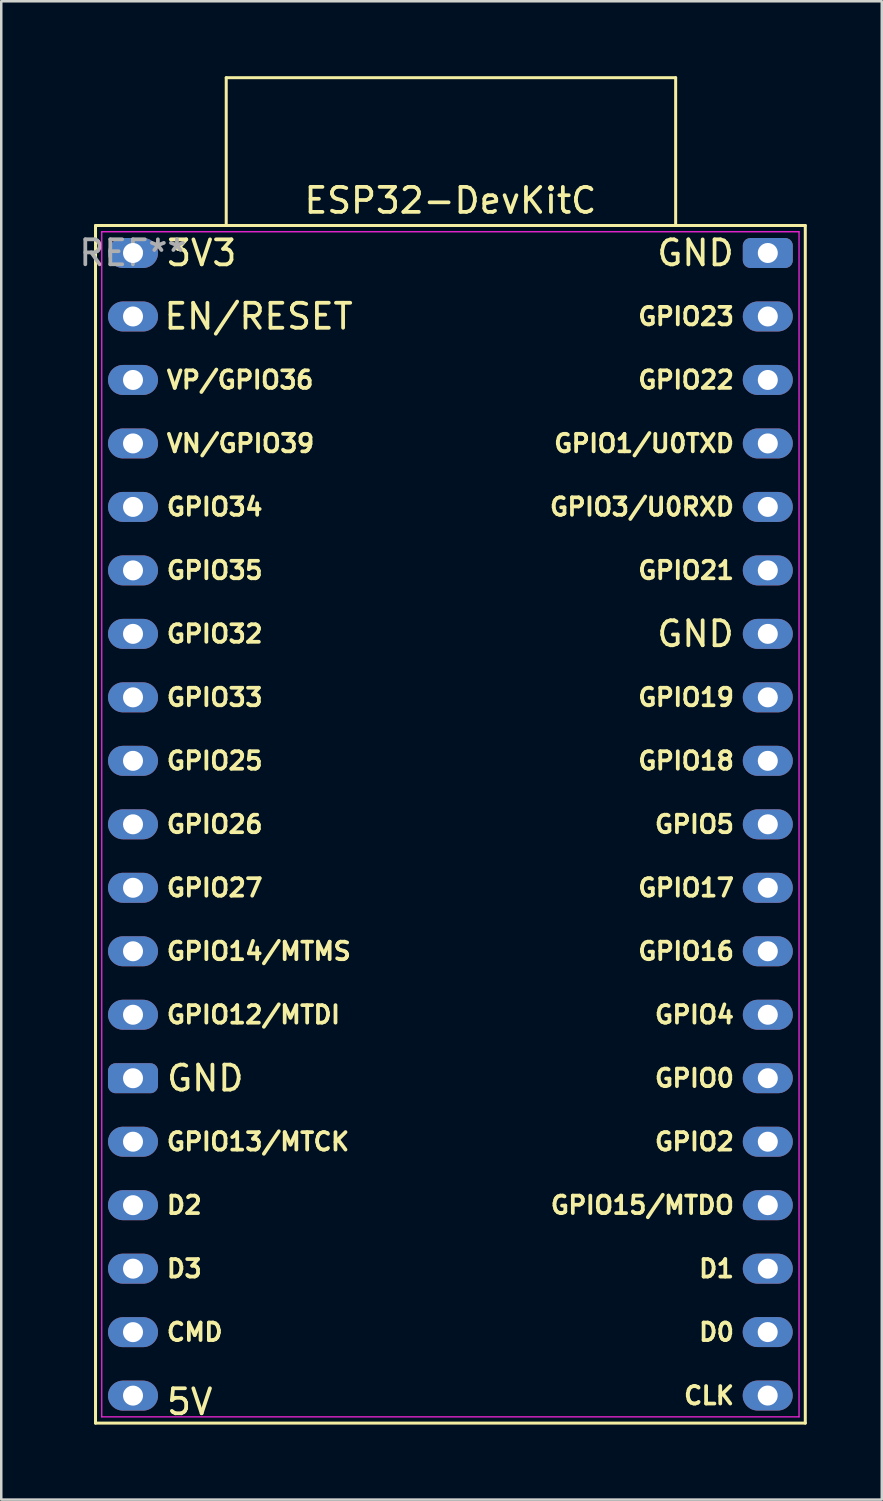
<source format=kicad_pcb>
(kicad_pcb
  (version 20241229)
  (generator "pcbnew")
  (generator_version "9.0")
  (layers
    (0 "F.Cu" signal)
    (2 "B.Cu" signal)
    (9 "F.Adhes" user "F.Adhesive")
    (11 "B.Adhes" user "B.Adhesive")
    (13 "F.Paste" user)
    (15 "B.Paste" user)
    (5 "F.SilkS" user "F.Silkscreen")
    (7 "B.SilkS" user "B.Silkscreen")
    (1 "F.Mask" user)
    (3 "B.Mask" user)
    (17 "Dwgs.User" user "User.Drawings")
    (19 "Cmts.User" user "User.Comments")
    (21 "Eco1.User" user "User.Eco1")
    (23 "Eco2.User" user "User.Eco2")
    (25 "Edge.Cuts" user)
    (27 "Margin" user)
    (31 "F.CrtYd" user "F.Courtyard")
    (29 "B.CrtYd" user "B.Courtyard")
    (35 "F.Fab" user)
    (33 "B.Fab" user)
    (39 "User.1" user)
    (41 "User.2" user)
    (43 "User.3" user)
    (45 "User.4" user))
  (footprint "ESP32-DevKitC"
    (layer "F.Cu")
    (at 2.268 7.07)
    (property "Reference" "ESP32-DevKitC" (at 12.704 -2.097 0) (layer "F.SilkS") (effects (font (size 1 1) (thickness 0.15))))
    (attr through_hole)
    (fp_line (start -1.496 46.823) (end 26.904 46.823) (stroke (width 0.12) (type solid)) (layer "F.SilkS"))
    (fp_line (start -1.496 -1.097) (end -1.496 46.823) (stroke (width 0.12) (type solid)) (layer "F.SilkS"))
    (fp_line (start 3.734 -7.01) (end 21.717 -7.01) (stroke (width 0.12) (type solid)) (layer "F.SilkS"))
    (fp_line (start 3.734 -1.118) (end 3.734 -7.01) (stroke (width 0.12) (type solid)) (layer "F.SilkS"))
    (fp_line (start 21.717 -7.01) (end 21.717 -1.118) (stroke (width 0.12) (type solid)) (layer "F.SilkS"))
    (fp_line (start 26.904 46.823) (end 26.904 -1.097) (stroke (width 0.12) (type solid)) (layer "F.SilkS"))
    (fp_line (start 26.904 -1.097) (end -1.496 -1.097) (stroke (width 0.12) (type solid)) (layer "F.SilkS"))
    (fp_line (start -1.246 -0.847) (end 26.654 -0.847) (stroke (width 0.05) (type solid)) (layer "F.CrtYd"))
    (fp_line (start -1.246 46.573) (end -1.246 -0.847) (stroke (width 0.05) (type solid)) (layer "F.CrtYd"))
    (fp_line (start 26.654 -0.847) (end 26.654 46.573) (stroke (width 0.05) (type solid)) (layer "F.CrtYd"))
    (fp_line (start 26.654 46.573) (end -1.246 46.573) (stroke (width 0.05) (type solid)) (layer "F.CrtYd"))
    (fp_text user "GPIO23" (at 24.134 2.543 0) (unlocked yes) (layer "F.SilkS") (effects (font (size 0.7 0.7) (thickness 0.15)) (justify right)))
    (fp_text user "GND" (at 24.134 0.003 0) (unlocked yes) (layer "F.SilkS") (effects (font (size 1 1) (thickness 0.15)) (justify right)))
    (fp_text user "EN/RESET" (at 8.89 2.54 0) (unlocked yes) (layer "F.SilkS") (effects (font (size 1 1) (thickness 0.15)) (justify right)))
    (fp_text user "GND" (at 24.134 15.243 0) (unlocked yes) (layer "F.SilkS") (effects (font (size 1 1) (thickness 0.15)) (justify right)))
    (fp_text user "5V" (at 1.27 45.974 0) (unlocked yes) (layer "F.SilkS") (effects (font (size 1 1) (thickness 0.15)) (justify left)))
    (fp_text user "D3" (at 1.274 40.643 0) (unlocked yes) (layer "F.SilkS") (effects (font (size 0.7 0.7) (thickness 0.15)) (justify left)))
    (fp_text user "GPIO21" (at 24.134 12.703 0) (unlocked yes) (layer "F.SilkS") (effects (font (size 0.7 0.7) (thickness 0.15)) (justify right)))
    (fp_text user "GPIO19" (at 24.134 17.783 0) (unlocked yes) (layer "F.SilkS") (effects (font (size 0.7 0.7) (thickness 0.15)) (justify right)))
    (fp_text user "GPIO0" (at 24.134 33.023 0) (unlocked yes) (layer "F.SilkS") (effects (font (size 0.7 0.7) (thickness 0.15)) (justify right)))
    (fp_text user "GPIO18" (at 24.134 20.323 0) (unlocked yes) (layer "F.SilkS") (effects (font (size 0.7 0.7) (thickness 0.15)) (justify right)))
    (fp_text user "3V3" (at 1.274 0.003 0) (unlocked yes) (layer "F.SilkS") (effects (font (size 1 1) (thickness 0.15)) (justify left)))
    (fp_text user "GPIO32" (at 1.274 15.243 0) (unlocked yes) (layer "F.SilkS") (effects (font (size 0.7 0.7) (thickness 0.15)) (justify left)))
    (fp_text user "GPIO26" (at 1.274 22.863 0) (unlocked yes) (layer "F.SilkS") (effects (font (size 0.7 0.7) (thickness 0.15)) (justify left)))
    (fp_text user "D1" (at 24.134 40.643 0) (unlocked yes) (layer "F.SilkS") (effects (font (size 0.7 0.7) (thickness 0.15)) (justify right)))
    (fp_text user "D0" (at 24.134 43.183 0) (unlocked yes) (layer "F.SilkS") (effects (font (size 0.7 0.7) (thickness 0.15)) (justify right)))
    (fp_text user "GPIO13/MTCK" (at 1.274 35.563 0) (unlocked yes) (layer "F.SilkS") (effects (font (size 0.7 0.7) (thickness 0.15)) (justify left)))
    (fp_text user "GPIO14/MTMS" (at 1.274 27.943 0) (unlocked yes) (layer "F.SilkS") (effects (font (size 0.7 0.7) (thickness 0.15)) (justify left)))
    (fp_text user "GPIO33" (at 1.274 17.783 0) (unlocked yes) (layer "F.SilkS") (effects (font (size 0.7 0.7) (thickness 0.15)) (justify left)))
    (fp_text user "GPIO27" (at 1.274 25.403 0) (unlocked yes) (layer "F.SilkS") (effects (font (size 0.7 0.7) (thickness 0.15)) (justify left)))
    (fp_text user "GPIO5" (at 24.134 22.863 0) (unlocked yes) (layer "F.SilkS") (effects (font (size 0.7 0.7) (thickness 0.15)) (justify right)))
    (fp_text user "GPIO4" (at 24.134 30.483 0) (unlocked yes) (layer "F.SilkS") (effects (font (size 0.7 0.7) (thickness 0.15)) (justify right)))
    (fp_text user "GPIO17" (at 24.134 25.403 0) (unlocked yes) (layer "F.SilkS") (effects (font (size 0.7 0.7) (thickness 0.15)) (justify right)))
    (fp_text user "CMD" (at 1.274 43.183 0) (unlocked yes) (layer "F.SilkS") (effects (font (size 0.7 0.7) (thickness 0.15)) (justify left)))
    (fp_text user "VP/GPIO36" (at 1.274 5.083 0) (unlocked yes) (layer "F.SilkS") (effects (font (size 0.7 0.7) (thickness 0.15)) (justify left)))
    (fp_text user "GPIO2" (at 24.134 35.563 0) (unlocked yes) (layer "F.SilkS") (effects (font (size 0.7 0.7) (thickness 0.15)) (justify right)))
    (fp_text user "GPIO12/MTDI" (at 1.274 30.483 0) (unlocked yes) (layer "F.SilkS") (effects (font (size 0.7 0.7) (thickness 0.15)) (justify left)))
    (fp_text user "GPIO35" (at 1.274 12.703 0) (unlocked yes) (layer "F.SilkS") (effects (font (size 0.7 0.7) (thickness 0.15)) (justify left)))
    (fp_text user "CLK" (at 24.134 45.723 0) (unlocked yes) (layer "F.SilkS") (effects (font (size 0.7 0.7) (thickness 0.15)) (justify right)))
    (fp_text user "GPIO1/U0TXD" (at 24.134 7.623 0) (unlocked yes) (layer "F.SilkS") (effects (font (size 0.7 0.7) (thickness 0.15)) (justify right)))
    (fp_text user "GPIO16" (at 24.134 27.943 0) (unlocked yes) (layer "F.SilkS") (effects (font (size 0.7 0.7) (thickness 0.15)) (justify right)))
    (fp_text user "GPIO34" (at 1.274 10.163 0) (unlocked yes) (layer "F.SilkS") (effects (font (size 0.7 0.7) (thickness 0.15)) (justify left)))
    (fp_text user "VN/GPIO39" (at 1.274 7.623 0) (unlocked yes) (layer "F.SilkS") (effects (font (size 0.7 0.7) (thickness 0.15)) (justify left)))
    (fp_text user "GPIO22" (at 24.134 5.083 0) (unlocked yes) (layer "F.SilkS") (effects (font (size 0.7 0.7) (thickness 0.15)) (justify right)))
    (fp_text user "GND" (at 1.274 33.023 0) (unlocked yes) (layer "F.SilkS") (effects (font (size 1 1) (thickness 0.15)) (justify left)))
    (fp_text user "D2" (at 1.274 38.103 0) (unlocked yes) (layer "F.SilkS") (effects (font (size 0.7 0.7) (thickness 0.15)) (justify left)))
    (fp_text user "GPIO15/MTDO" (at 24.134 38.103 0) (unlocked yes) (layer "F.SilkS") (effects (font (size 0.7 0.7) (thickness 0.15)) (justify right)))
    (fp_text user "GPIO25" (at 1.274 20.323 0) (unlocked yes) (layer "F.SilkS") (effects (font (size 0.7 0.7) (thickness 0.15)) (justify left)))
    (fp_text user "GPIO3/U0RXD" (at 24.134 10.163 0) (unlocked yes) (layer "F.SilkS") (effects (font (size 0.7 0.7) (thickness 0.15)) (justify right)))
    (fp_text user "REF**" (at 0 0 0) (layer "F.Fab") (effects (font (size 1 1) (thickness 0.15))))
    (pad "1" thru_hole oval (at 0.004 0.003 270) (size 1.2 2) (drill 0.8) (layers "*.Cu" "*.Mask"))
    (pad "2" thru_hole oval (at 0.004 2.543 270) (size 1.2 2) (drill 0.8) (layers "*.Cu" "*.Mask"))
    (pad "3" thru_hole oval (at 0.004 5.083 270) (size 1.2 2) (drill 0.8) (layers "*.Cu" "*.Mask"))
    (pad "4" thru_hole oval (at 0.004 7.623 270) (size 1.2 2) (drill 0.8) (layers "*.Cu" "*.Mask"))
    (pad "5" thru_hole oval (at 0.004 10.163 270) (size 1.2 2) (drill 0.8) (layers "*.Cu" "*.Mask"))
    (pad "6" thru_hole oval (at 0.004 12.703 270) (size 1.2 2) (drill 0.8) (layers "*.Cu" "*.Mask"))
    (pad "7" thru_hole oval (at 0.004 15.243 270) (size 1.2 2) (drill 0.8) (layers "*.Cu" "*.Mask"))
    (pad "8" thru_hole oval (at 0.004 17.783 270) (size 1.2 2) (drill 0.8) (layers "*.Cu" "*.Mask"))
    (pad "9" thru_hole oval (at 0.004 20.323 270) (size 1.2 2) (drill 0.8) (layers "*.Cu" "*.Mask"))
    (pad "10" thru_hole oval (at 0.004 22.863 270) (size 1.2 2) (drill 0.8) (layers "*.Cu" "*.Mask"))
    (pad "11" thru_hole oval (at 0.004 25.403 270) (size 1.2 2) (drill 0.8) (layers "*.Cu" "*.Mask"))
    (pad "12" thru_hole oval (at 0.004 27.943 270) (size 1.2 2) (drill 0.8) (layers "*.Cu" "*.Mask"))
    (pad "13" thru_hole oval (at 0.004 30.483 270) (size 1.2 2) (drill 0.8) (layers "*.Cu" "*.Mask"))
    (pad "14" thru_hole roundrect (at 0.004 33.023 270) (size 1.2 2) (drill 0.8) (layers "*.Cu" "*.Mask") (roundrect_rratio 0.25))
    (pad "15" thru_hole oval (at 0.004 35.563 270) (size 1.2 2) (drill 0.8) (layers "*.Cu" "*.Mask"))
    (pad "16" thru_hole oval (at 0.004 38.103 270) (size 1.2 2) (drill 0.8) (layers "*.Cu" "*.Mask"))
    (pad "17" thru_hole oval (at 0.004 40.643 270) (size 1.2 2) (drill 0.8) (layers "*.Cu" "*.Mask"))
    (pad "18" thru_hole oval (at 0.004 43.183 270) (size 1.2 2) (drill 0.8) (layers "*.Cu" "*.Mask"))
    (pad "19" thru_hole oval (at 0.004 45.723 270) (size 1.2 2) (drill 0.8) (layers "*.Cu" "*.Mask"))
    (pad "20" thru_hole oval (at 25.4 45.72 270) (size 1.2 2) (drill 0.8) (layers "*.Cu" "*.Mask"))
    (pad "21" thru_hole oval (at 25.4 43.18 270) (size 1.2 2) (drill 0.8) (layers "*.Cu" "*.Mask"))
    (pad "22" thru_hole oval (at 25.404 40.643 270) (size 1.2 2) (drill 0.8) (layers "*.Cu" "*.Mask"))
    (pad "23" thru_hole oval (at 25.404 38.103 270) (size 1.2 2) (drill 0.8) (layers "*.Cu" "*.Mask"))
    (pad "24" thru_hole oval (at 25.404 35.563 270) (size 1.2 2) (drill 0.8) (layers "*.Cu" "*.Mask"))
    (pad "25" thru_hole oval (at 25.404 33.023 270) (size 1.2 2) (drill 0.8) (layers "*.Cu" "*.Mask"))
    (pad "26" thru_hole oval (at 25.404 30.483 270) (size 1.2 2) (drill 0.8) (layers "*.Cu" "*.Mask"))
    (pad "27" thru_hole oval (at 25.404 27.943 270) (size 1.2 2) (drill 0.8) (layers "*.Cu" "*.Mask"))
    (pad "28" thru_hole oval (at 25.404 25.403 270) (size 1.2 2) (drill 0.8) (layers "*.Cu" "*.Mask"))
    (pad "29" thru_hole oval (at 25.404 22.863 270) (size 1.2 2) (drill 0.8) (layers "*.Cu" "*.Mask"))
    (pad "30" thru_hole oval (at 25.404 20.323 270) (size 1.2 2) (drill 0.8) (layers "*.Cu" "*.Mask"))
    (pad "31" thru_hole oval (at 25.404 17.783 270) (size 1.2 2) (drill 0.8) (layers "*.Cu" "*.Mask"))
    (pad "32" thru_hole oval (at 25.404 15.243 270) (size 1.2 2) (drill 0.8) (layers "*.Cu" "*.Mask"))
    (pad "33" thru_hole oval (at 25.404 12.703 270) (size 1.2 2) (drill 0.8) (layers "*.Cu" "*.Mask"))
    (pad "34" thru_hole oval (at 25.404 10.163 270) (size 1.2 2) (drill 0.8) (layers "*.Cu" "*.Mask"))
    (pad "35" thru_hole oval (at 25.404 7.623 270) (size 1.2 2) (drill 0.8) (layers "*.Cu" "*.Mask"))
    (pad "36" thru_hole oval (at 25.404 5.083 270) (size 1.2 2) (drill 0.8) (layers "*.Cu" "*.Mask"))
    (pad "37" thru_hole oval (at 25.404 2.543 270) (size 1.2 2) (drill 0.8) (layers "*.Cu" "*.Mask"))
    (pad "38" thru_hole roundrect (at 25.404 0.003 270) (size 1.2 2) (drill 0.8) (layers "*.Cu" "*.Mask") (roundrect_rratio 0.25)))
  (gr_rect
    (start -3 -3)
    (end 32.232 56.953)
    (stroke (width 0.1) (type default))
    (fill no)
    (layer "Edge.Cuts")))
</source>
